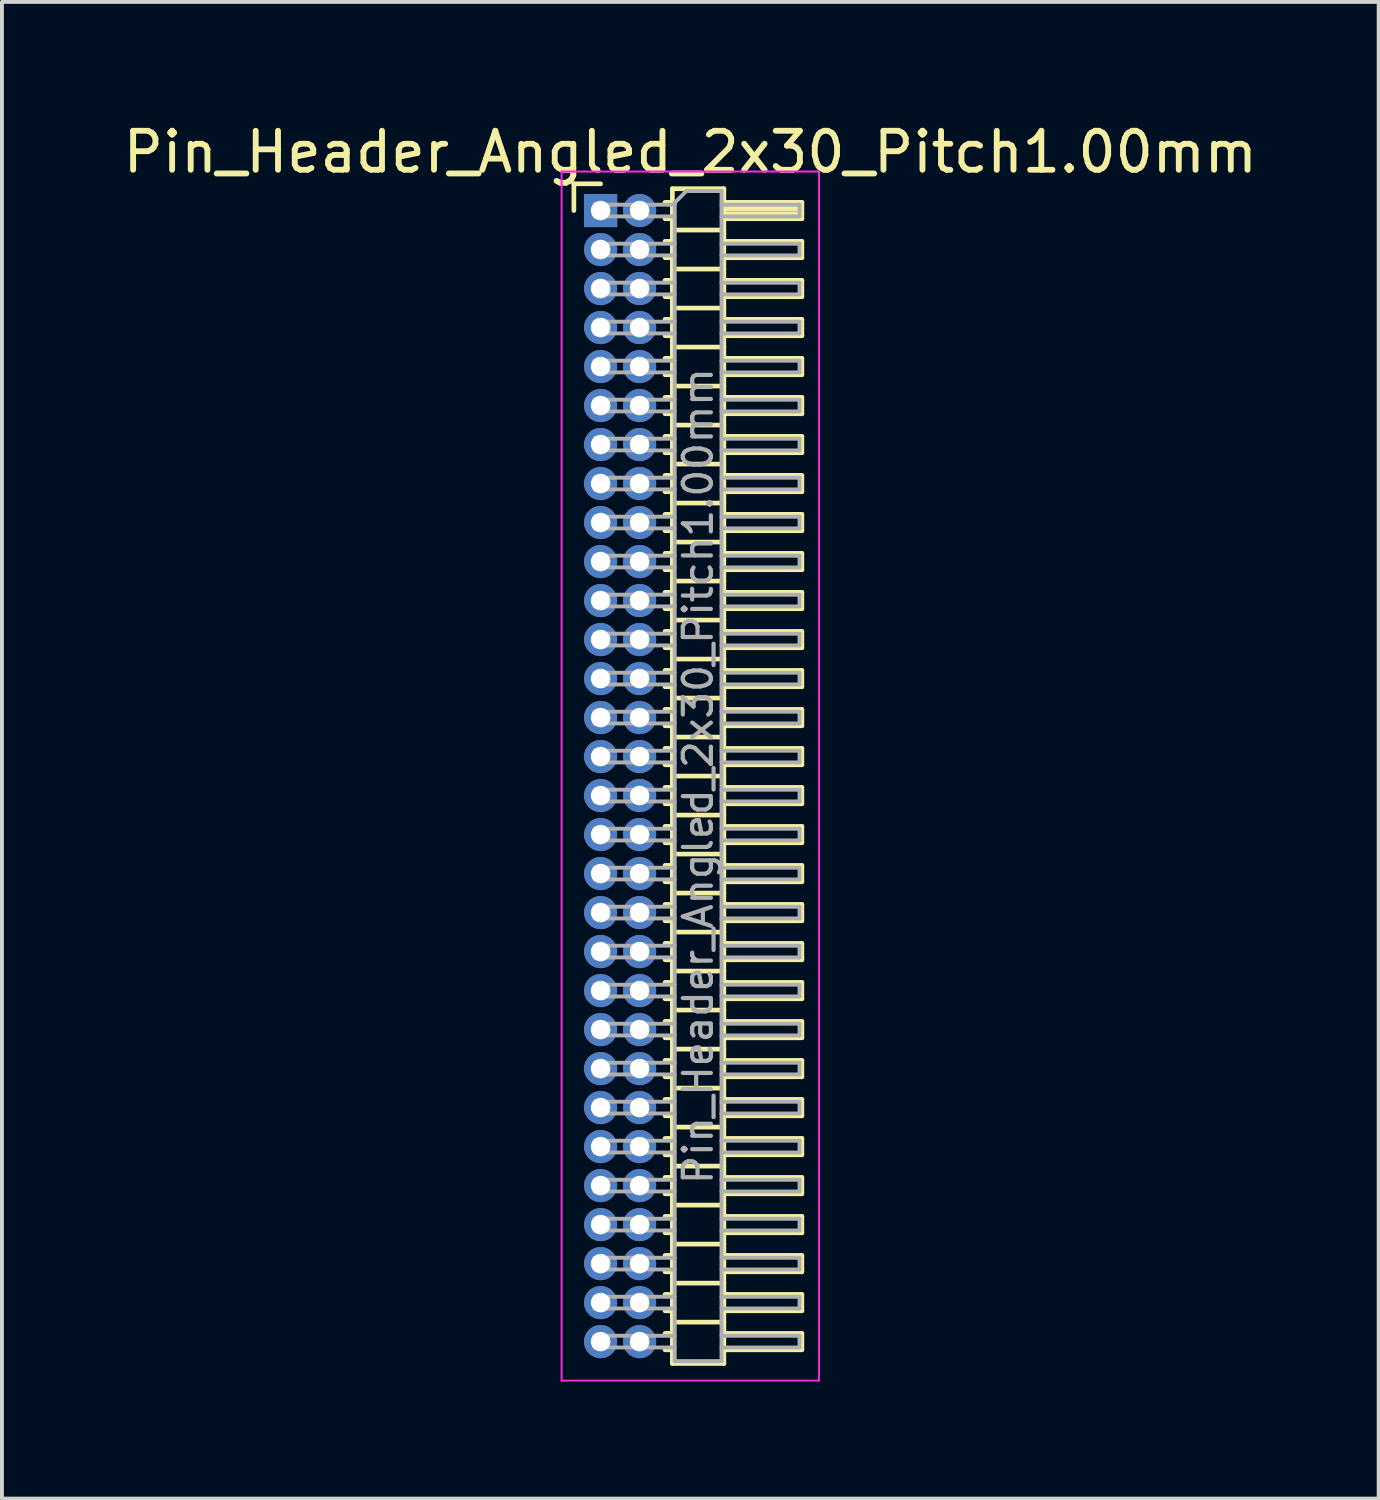
<source format=kicad_pcb>
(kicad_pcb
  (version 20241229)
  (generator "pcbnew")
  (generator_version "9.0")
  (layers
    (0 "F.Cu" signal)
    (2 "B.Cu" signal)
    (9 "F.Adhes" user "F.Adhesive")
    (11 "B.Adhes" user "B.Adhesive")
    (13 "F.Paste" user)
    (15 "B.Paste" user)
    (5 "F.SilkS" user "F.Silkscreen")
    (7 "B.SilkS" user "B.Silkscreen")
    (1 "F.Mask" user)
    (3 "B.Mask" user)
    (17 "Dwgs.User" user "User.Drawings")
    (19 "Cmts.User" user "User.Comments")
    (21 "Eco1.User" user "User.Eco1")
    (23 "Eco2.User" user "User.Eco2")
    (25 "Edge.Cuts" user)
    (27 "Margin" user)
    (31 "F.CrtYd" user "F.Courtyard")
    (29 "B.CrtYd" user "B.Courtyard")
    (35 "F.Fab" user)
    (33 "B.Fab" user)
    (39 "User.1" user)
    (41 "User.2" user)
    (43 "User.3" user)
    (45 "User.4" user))
  (footprint "Pin_Header_Angled_2x30_Pitch1.00mm"
    (layer "F.Cu")
    (at 12.349 2.348)
    (property "Reference" "Pin_Header_Angled_2x30_Pitch1.00mm" (at 2.3 -1.5 0) (layer "F.SilkS") (effects (font (size 1 1) (thickness 0.15))))
    (attr through_hole)
    (fp_line (start -0.685 -0.685) (end 0 -0.685) (stroke (width 0.12) (type solid)) (layer "F.SilkS"))
    (fp_line (start -0.685 0) (end -0.685 -0.685) (stroke (width 0.12) (type solid)) (layer "F.SilkS"))
    (fp_line (start 1.652 -0.21) (end 1.84 -0.21) (stroke (width 0.12) (type solid)) (layer "F.SilkS"))
    (fp_line (start 1.652 0.21) (end 1.84 0.21) (stroke (width 0.12) (type solid)) (layer "F.SilkS"))
    (fp_line (start 1.652 0.79) (end 1.84 0.79) (stroke (width 0.12) (type solid)) (layer "F.SilkS"))
    (fp_line (start 1.652 1.21) (end 1.84 1.21) (stroke (width 0.12) (type solid)) (layer "F.SilkS"))
    (fp_line (start 1.652 1.79) (end 1.84 1.79) (stroke (width 0.12) (type solid)) (layer "F.SilkS"))
    (fp_line (start 1.652 2.21) (end 1.84 2.21) (stroke (width 0.12) (type solid)) (layer "F.SilkS"))
    (fp_line (start 1.652 2.79) (end 1.84 2.79) (stroke (width 0.12) (type solid)) (layer "F.SilkS"))
    (fp_line (start 1.652 3.21) (end 1.84 3.21) (stroke (width 0.12) (type solid)) (layer "F.SilkS"))
    (fp_line (start 1.652 3.79) (end 1.84 3.79) (stroke (width 0.12) (type solid)) (layer "F.SilkS"))
    (fp_line (start 1.652 4.21) (end 1.84 4.21) (stroke (width 0.12) (type solid)) (layer "F.SilkS"))
    (fp_line (start 1.652 4.79) (end 1.84 4.79) (stroke (width 0.12) (type solid)) (layer "F.SilkS"))
    (fp_line (start 1.652 5.21) (end 1.84 5.21) (stroke (width 0.12) (type solid)) (layer "F.SilkS"))
    (fp_line (start 1.652 5.79) (end 1.84 5.79) (stroke (width 0.12) (type solid)) (layer "F.SilkS"))
    (fp_line (start 1.652 6.21) (end 1.84 6.21) (stroke (width 0.12) (type solid)) (layer "F.SilkS"))
    (fp_line (start 1.652 6.79) (end 1.84 6.79) (stroke (width 0.12) (type solid)) (layer "F.SilkS"))
    (fp_line (start 1.652 7.21) (end 1.84 7.21) (stroke (width 0.12) (type solid)) (layer "F.SilkS"))
    (fp_line (start 1.652 7.79) (end 1.84 7.79) (stroke (width 0.12) (type solid)) (layer "F.SilkS"))
    (fp_line (start 1.652 8.21) (end 1.84 8.21) (stroke (width 0.12) (type solid)) (layer "F.SilkS"))
    (fp_line (start 1.652 8.79) (end 1.84 8.79) (stroke (width 0.12) (type solid)) (layer "F.SilkS"))
    (fp_line (start 1.652 9.21) (end 1.84 9.21) (stroke (width 0.12) (type solid)) (layer "F.SilkS"))
    (fp_line (start 1.652 9.79) (end 1.84 9.79) (stroke (width 0.12) (type solid)) (layer "F.SilkS"))
    (fp_line (start 1.652 10.21) (end 1.84 10.21) (stroke (width 0.12) (type solid)) (layer "F.SilkS"))
    (fp_line (start 1.652 10.79) (end 1.84 10.79) (stroke (width 0.12) (type solid)) (layer "F.SilkS"))
    (fp_line (start 1.652 11.21) (end 1.84 11.21) (stroke (width 0.12) (type solid)) (layer "F.SilkS"))
    (fp_line (start 1.652 11.79) (end 1.84 11.79) (stroke (width 0.12) (type solid)) (layer "F.SilkS"))
    (fp_line (start 1.652 12.21) (end 1.84 12.21) (stroke (width 0.12) (type solid)) (layer "F.SilkS"))
    (fp_line (start 1.652 12.79) (end 1.84 12.79) (stroke (width 0.12) (type solid)) (layer "F.SilkS"))
    (fp_line (start 1.652 13.21) (end 1.84 13.21) (stroke (width 0.12) (type solid)) (layer "F.SilkS"))
    (fp_line (start 1.652 13.79) (end 1.84 13.79) (stroke (width 0.12) (type solid)) (layer "F.SilkS"))
    (fp_line (start 1.652 14.21) (end 1.84 14.21) (stroke (width 0.12) (type solid)) (layer "F.SilkS"))
    (fp_line (start 1.652 14.79) (end 1.84 14.79) (stroke (width 0.12) (type solid)) (layer "F.SilkS"))
    (fp_line (start 1.652 15.21) (end 1.84 15.21) (stroke (width 0.12) (type solid)) (layer "F.SilkS"))
    (fp_line (start 1.652 15.79) (end 1.84 15.79) (stroke (width 0.12) (type solid)) (layer "F.SilkS"))
    (fp_line (start 1.652 16.21) (end 1.84 16.21) (stroke (width 0.12) (type solid)) (layer "F.SilkS"))
    (fp_line (start 1.652 16.79) (end 1.84 16.79) (stroke (width 0.12) (type solid)) (layer "F.SilkS"))
    (fp_line (start 1.652 17.21) (end 1.84 17.21) (stroke (width 0.12) (type solid)) (layer "F.SilkS"))
    (fp_line (start 1.652 17.79) (end 1.84 17.79) (stroke (width 0.12) (type solid)) (layer "F.SilkS"))
    (fp_line (start 1.652 18.21) (end 1.84 18.21) (stroke (width 0.12) (type solid)) (layer "F.SilkS"))
    (fp_line (start 1.652 18.79) (end 1.84 18.79) (stroke (width 0.12) (type solid)) (layer "F.SilkS"))
    (fp_line (start 1.652 19.21) (end 1.84 19.21) (stroke (width 0.12) (type solid)) (layer "F.SilkS"))
    (fp_line (start 1.652 19.79) (end 1.84 19.79) (stroke (width 0.12) (type solid)) (layer "F.SilkS"))
    (fp_line (start 1.652 20.21) (end 1.84 20.21) (stroke (width 0.12) (type solid)) (layer "F.SilkS"))
    (fp_line (start 1.652 20.79) (end 1.84 20.79) (stroke (width 0.12) (type solid)) (layer "F.SilkS"))
    (fp_line (start 1.652 21.21) (end 1.84 21.21) (stroke (width 0.12) (type solid)) (layer "F.SilkS"))
    (fp_line (start 1.652 21.79) (end 1.84 21.79) (stroke (width 0.12) (type solid)) (layer "F.SilkS"))
    (fp_line (start 1.652 22.21) (end 1.84 22.21) (stroke (width 0.12) (type solid)) (layer "F.SilkS"))
    (fp_line (start 1.652 22.79) (end 1.84 22.79) (stroke (width 0.12) (type solid)) (layer "F.SilkS"))
    (fp_line (start 1.652 23.21) (end 1.84 23.21) (stroke (width 0.12) (type solid)) (layer "F.SilkS"))
    (fp_line (start 1.652 23.79) (end 1.84 23.79) (stroke (width 0.12) (type solid)) (layer "F.SilkS"))
    (fp_line (start 1.652 24.21) (end 1.84 24.21) (stroke (width 0.12) (type solid)) (layer "F.SilkS"))
    (fp_line (start 1.652 24.79) (end 1.84 24.79) (stroke (width 0.12) (type solid)) (layer "F.SilkS"))
    (fp_line (start 1.652 25.21) (end 1.84 25.21) (stroke (width 0.12) (type solid)) (layer "F.SilkS"))
    (fp_line (start 1.652 25.79) (end 1.84 25.79) (stroke (width 0.12) (type solid)) (layer "F.SilkS"))
    (fp_line (start 1.652 26.21) (end 1.84 26.21) (stroke (width 0.12) (type solid)) (layer "F.SilkS"))
    (fp_line (start 1.652 26.79) (end 1.84 26.79) (stroke (width 0.12) (type solid)) (layer "F.SilkS"))
    (fp_line (start 1.652 27.21) (end 1.84 27.21) (stroke (width 0.12) (type solid)) (layer "F.SilkS"))
    (fp_line (start 1.652 27.79) (end 1.84 27.79) (stroke (width 0.12) (type solid)) (layer "F.SilkS"))
    (fp_line (start 1.652 28.21) (end 1.84 28.21) (stroke (width 0.12) (type solid)) (layer "F.SilkS"))
    (fp_line (start 1.652 28.79) (end 1.84 28.79) (stroke (width 0.12) (type solid)) (layer "F.SilkS"))
    (fp_line (start 1.652 29.21) (end 1.84 29.21) (stroke (width 0.12) (type solid)) (layer "F.SilkS"))
    (fp_line (start 1.84 -0.56) (end 1.84 29.56) (stroke (width 0.12) (type solid)) (layer "F.SilkS"))
    (fp_line (start 1.84 0.5) (end 3.16 0.5) (stroke (width 0.12) (type solid)) (layer "F.SilkS"))
    (fp_line (start 1.84 1.5) (end 3.16 1.5) (stroke (width 0.12) (type solid)) (layer "F.SilkS"))
    (fp_line (start 1.84 2.5) (end 3.16 2.5) (stroke (width 0.12) (type solid)) (layer "F.SilkS"))
    (fp_line (start 1.84 3.5) (end 3.16 3.5) (stroke (width 0.12) (type solid)) (layer "F.SilkS"))
    (fp_line (start 1.84 4.5) (end 3.16 4.5) (stroke (width 0.12) (type solid)) (layer "F.SilkS"))
    (fp_line (start 1.84 5.5) (end 3.16 5.5) (stroke (width 0.12) (type solid)) (layer "F.SilkS"))
    (fp_line (start 1.84 6.5) (end 3.16 6.5) (stroke (width 0.12) (type solid)) (layer "F.SilkS"))
    (fp_line (start 1.84 7.5) (end 3.16 7.5) (stroke (width 0.12) (type solid)) (layer "F.SilkS"))
    (fp_line (start 1.84 8.5) (end 3.16 8.5) (stroke (width 0.12) (type solid)) (layer "F.SilkS"))
    (fp_line (start 1.84 9.5) (end 3.16 9.5) (stroke (width 0.12) (type solid)) (layer "F.SilkS"))
    (fp_line (start 1.84 10.5) (end 3.16 10.5) (stroke (width 0.12) (type solid)) (layer "F.SilkS"))
    (fp_line (start 1.84 11.5) (end 3.16 11.5) (stroke (width 0.12) (type solid)) (layer "F.SilkS"))
    (fp_line (start 1.84 12.5) (end 3.16 12.5) (stroke (width 0.12) (type solid)) (layer "F.SilkS"))
    (fp_line (start 1.84 13.5) (end 3.16 13.5) (stroke (width 0.12) (type solid)) (layer "F.SilkS"))
    (fp_line (start 1.84 14.5) (end 3.16 14.5) (stroke (width 0.12) (type solid)) (layer "F.SilkS"))
    (fp_line (start 1.84 15.5) (end 3.16 15.5) (stroke (width 0.12) (type solid)) (layer "F.SilkS"))
    (fp_line (start 1.84 16.5) (end 3.16 16.5) (stroke (width 0.12) (type solid)) (layer "F.SilkS"))
    (fp_line (start 1.84 17.5) (end 3.16 17.5) (stroke (width 0.12) (type solid)) (layer "F.SilkS"))
    (fp_line (start 1.84 18.5) (end 3.16 18.5) (stroke (width 0.12) (type solid)) (layer "F.SilkS"))
    (fp_line (start 1.84 19.5) (end 3.16 19.5) (stroke (width 0.12) (type solid)) (layer "F.SilkS"))
    (fp_line (start 1.84 20.5) (end 3.16 20.5) (stroke (width 0.12) (type solid)) (layer "F.SilkS"))
    (fp_line (start 1.84 21.5) (end 3.16 21.5) (stroke (width 0.12) (type solid)) (layer "F.SilkS"))
    (fp_line (start 1.84 22.5) (end 3.16 22.5) (stroke (width 0.12) (type solid)) (layer "F.SilkS"))
    (fp_line (start 1.84 23.5) (end 3.16 23.5) (stroke (width 0.12) (type solid)) (layer "F.SilkS"))
    (fp_line (start 1.84 24.5) (end 3.16 24.5) (stroke (width 0.12) (type solid)) (layer "F.SilkS"))
    (fp_line (start 1.84 25.5) (end 3.16 25.5) (stroke (width 0.12) (type solid)) (layer "F.SilkS"))
    (fp_line (start 1.84 26.5) (end 3.16 26.5) (stroke (width 0.12) (type solid)) (layer "F.SilkS"))
    (fp_line (start 1.84 27.5) (end 3.16 27.5) (stroke (width 0.12) (type solid)) (layer "F.SilkS"))
    (fp_line (start 1.84 28.5) (end 3.16 28.5) (stroke (width 0.12) (type solid)) (layer "F.SilkS"))
    (fp_line (start 1.84 29.56) (end 3.16 29.56) (stroke (width 0.12) (type solid)) (layer "F.SilkS"))
    (fp_line (start 3.16 -0.56) (end 1.84 -0.56) (stroke (width 0.12) (type solid)) (layer "F.SilkS"))
    (fp_line (start 3.16 -0.21) (end 5.16 -0.21) (stroke (width 0.12) (type solid)) (layer "F.SilkS"))
    (fp_line (start 3.16 -0.15) (end 5.16 -0.15) (stroke (width 0.12) (type solid)) (layer "F.SilkS"))
    (fp_line (start 3.16 -0.03) (end 5.16 -0.03) (stroke (width 0.12) (type solid)) (layer "F.SilkS"))
    (fp_line (start 3.16 0.09) (end 5.16 0.09) (stroke (width 0.12) (type solid)) (layer "F.SilkS"))
    (fp_line (start 3.16 0.79) (end 5.16 0.79) (stroke (width 0.12) (type solid)) (layer "F.SilkS"))
    (fp_line (start 3.16 1.79) (end 5.16 1.79) (stroke (width 0.12) (type solid)) (layer "F.SilkS"))
    (fp_line (start 3.16 2.79) (end 5.16 2.79) (stroke (width 0.12) (type solid)) (layer "F.SilkS"))
    (fp_line (start 3.16 3.79) (end 5.16 3.79) (stroke (width 0.12) (type solid)) (layer "F.SilkS"))
    (fp_line (start 3.16 4.79) (end 5.16 4.79) (stroke (width 0.12) (type solid)) (layer "F.SilkS"))
    (fp_line (start 3.16 5.79) (end 5.16 5.79) (stroke (width 0.12) (type solid)) (layer "F.SilkS"))
    (fp_line (start 3.16 6.79) (end 5.16 6.79) (stroke (width 0.12) (type solid)) (layer "F.SilkS"))
    (fp_line (start 3.16 7.79) (end 5.16 7.79) (stroke (width 0.12) (type solid)) (layer "F.SilkS"))
    (fp_line (start 3.16 8.79) (end 5.16 8.79) (stroke (width 0.12) (type solid)) (layer "F.SilkS"))
    (fp_line (start 3.16 9.79) (end 5.16 9.79) (stroke (width 0.12) (type solid)) (layer "F.SilkS"))
    (fp_line (start 3.16 10.79) (end 5.16 10.79) (stroke (width 0.12) (type solid)) (layer "F.SilkS"))
    (fp_line (start 3.16 11.79) (end 5.16 11.79) (stroke (width 0.12) (type solid)) (layer "F.SilkS"))
    (fp_line (start 3.16 12.79) (end 5.16 12.79) (stroke (width 0.12) (type solid)) (layer "F.SilkS"))
    (fp_line (start 3.16 13.79) (end 5.16 13.79) (stroke (width 0.12) (type solid)) (layer "F.SilkS"))
    (fp_line (start 3.16 14.79) (end 5.16 14.79) (stroke (width 0.12) (type solid)) (layer "F.SilkS"))
    (fp_line (start 3.16 15.79) (end 5.16 15.79) (stroke (width 0.12) (type solid)) (layer "F.SilkS"))
    (fp_line (start 3.16 16.79) (end 5.16 16.79) (stroke (width 0.12) (type solid)) (layer "F.SilkS"))
    (fp_line (start 3.16 17.79) (end 5.16 17.79) (stroke (width 0.12) (type solid)) (layer "F.SilkS"))
    (fp_line (start 3.16 18.79) (end 5.16 18.79) (stroke (width 0.12) (type solid)) (layer "F.SilkS"))
    (fp_line (start 3.16 19.79) (end 5.16 19.79) (stroke (width 0.12) (type solid)) (layer "F.SilkS"))
    (fp_line (start 3.16 20.79) (end 5.16 20.79) (stroke (width 0.12) (type solid)) (layer "F.SilkS"))
    (fp_line (start 3.16 21.79) (end 5.16 21.79) (stroke (width 0.12) (type solid)) (layer "F.SilkS"))
    (fp_line (start 3.16 22.79) (end 5.16 22.79) (stroke (width 0.12) (type solid)) (layer "F.SilkS"))
    (fp_line (start 3.16 23.79) (end 5.16 23.79) (stroke (width 0.12) (type solid)) (layer "F.SilkS"))
    (fp_line (start 3.16 24.79) (end 5.16 24.79) (stroke (width 0.12) (type solid)) (layer "F.SilkS"))
    (fp_line (start 3.16 25.79) (end 5.16 25.79) (stroke (width 0.12) (type solid)) (layer "F.SilkS"))
    (fp_line (start 3.16 26.79) (end 5.16 26.79) (stroke (width 0.12) (type solid)) (layer "F.SilkS"))
    (fp_line (start 3.16 27.79) (end 5.16 27.79) (stroke (width 0.12) (type solid)) (layer "F.SilkS"))
    (fp_line (start 3.16 28.79) (end 5.16 28.79) (stroke (width 0.12) (type solid)) (layer "F.SilkS"))
    (fp_line (start 3.16 29.56) (end 3.16 -0.56) (stroke (width 0.12) (type solid)) (layer "F.SilkS"))
    (fp_line (start 5.16 -0.21) (end 5.16 0.21) (stroke (width 0.12) (type solid)) (layer "F.SilkS"))
    (fp_line (start 5.16 0.21) (end 3.16 0.21) (stroke (width 0.12) (type solid)) (layer "F.SilkS"))
    (fp_line (start 5.16 0.79) (end 5.16 1.21) (stroke (width 0.12) (type solid)) (layer "F.SilkS"))
    (fp_line (start 5.16 1.21) (end 3.16 1.21) (stroke (width 0.12) (type solid)) (layer "F.SilkS"))
    (fp_line (start 5.16 1.79) (end 5.16 2.21) (stroke (width 0.12) (type solid)) (layer "F.SilkS"))
    (fp_line (start 5.16 2.21) (end 3.16 2.21) (stroke (width 0.12) (type solid)) (layer "F.SilkS"))
    (fp_line (start 5.16 2.79) (end 5.16 3.21) (stroke (width 0.12) (type solid)) (layer "F.SilkS"))
    (fp_line (start 5.16 3.21) (end 3.16 3.21) (stroke (width 0.12) (type solid)) (layer "F.SilkS"))
    (fp_line (start 5.16 3.79) (end 5.16 4.21) (stroke (width 0.12) (type solid)) (layer "F.SilkS"))
    (fp_line (start 5.16 4.21) (end 3.16 4.21) (stroke (width 0.12) (type solid)) (layer "F.SilkS"))
    (fp_line (start 5.16 4.79) (end 5.16 5.21) (stroke (width 0.12) (type solid)) (layer "F.SilkS"))
    (fp_line (start 5.16 5.21) (end 3.16 5.21) (stroke (width 0.12) (type solid)) (layer "F.SilkS"))
    (fp_line (start 5.16 5.79) (end 5.16 6.21) (stroke (width 0.12) (type solid)) (layer "F.SilkS"))
    (fp_line (start 5.16 6.21) (end 3.16 6.21) (stroke (width 0.12) (type solid)) (layer "F.SilkS"))
    (fp_line (start 5.16 6.79) (end 5.16 7.21) (stroke (width 0.12) (type solid)) (layer "F.SilkS"))
    (fp_line (start 5.16 7.21) (end 3.16 7.21) (stroke (width 0.12) (type solid)) (layer "F.SilkS"))
    (fp_line (start 5.16 7.79) (end 5.16 8.21) (stroke (width 0.12) (type solid)) (layer "F.SilkS"))
    (fp_line (start 5.16 8.21) (end 3.16 8.21) (stroke (width 0.12) (type solid)) (layer "F.SilkS"))
    (fp_line (start 5.16 8.79) (end 5.16 9.21) (stroke (width 0.12) (type solid)) (layer "F.SilkS"))
    (fp_line (start 5.16 9.21) (end 3.16 9.21) (stroke (width 0.12) (type solid)) (layer "F.SilkS"))
    (fp_line (start 5.16 9.79) (end 5.16 10.21) (stroke (width 0.12) (type solid)) (layer "F.SilkS"))
    (fp_line (start 5.16 10.21) (end 3.16 10.21) (stroke (width 0.12) (type solid)) (layer "F.SilkS"))
    (fp_line (start 5.16 10.79) (end 5.16 11.21) (stroke (width 0.12) (type solid)) (layer "F.SilkS"))
    (fp_line (start 5.16 11.21) (end 3.16 11.21) (stroke (width 0.12) (type solid)) (layer "F.SilkS"))
    (fp_line (start 5.16 11.79) (end 5.16 12.21) (stroke (width 0.12) (type solid)) (layer "F.SilkS"))
    (fp_line (start 5.16 12.21) (end 3.16 12.21) (stroke (width 0.12) (type solid)) (layer "F.SilkS"))
    (fp_line (start 5.16 12.79) (end 5.16 13.21) (stroke (width 0.12) (type solid)) (layer "F.SilkS"))
    (fp_line (start 5.16 13.21) (end 3.16 13.21) (stroke (width 0.12) (type solid)) (layer "F.SilkS"))
    (fp_line (start 5.16 13.79) (end 5.16 14.21) (stroke (width 0.12) (type solid)) (layer "F.SilkS"))
    (fp_line (start 5.16 14.21) (end 3.16 14.21) (stroke (width 0.12) (type solid)) (layer "F.SilkS"))
    (fp_line (start 5.16 14.79) (end 5.16 15.21) (stroke (width 0.12) (type solid)) (layer "F.SilkS"))
    (fp_line (start 5.16 15.21) (end 3.16 15.21) (stroke (width 0.12) (type solid)) (layer "F.SilkS"))
    (fp_line (start 5.16 15.79) (end 5.16 16.21) (stroke (width 0.12) (type solid)) (layer "F.SilkS"))
    (fp_line (start 5.16 16.21) (end 3.16 16.21) (stroke (width 0.12) (type solid)) (layer "F.SilkS"))
    (fp_line (start 5.16 16.79) (end 5.16 17.21) (stroke (width 0.12) (type solid)) (layer "F.SilkS"))
    (fp_line (start 5.16 17.21) (end 3.16 17.21) (stroke (width 0.12) (type solid)) (layer "F.SilkS"))
    (fp_line (start 5.16 17.79) (end 5.16 18.21) (stroke (width 0.12) (type solid)) (layer "F.SilkS"))
    (fp_line (start 5.16 18.21) (end 3.16 18.21) (stroke (width 0.12) (type solid)) (layer "F.SilkS"))
    (fp_line (start 5.16 18.79) (end 5.16 19.21) (stroke (width 0.12) (type solid)) (layer "F.SilkS"))
    (fp_line (start 5.16 19.21) (end 3.16 19.21) (stroke (width 0.12) (type solid)) (layer "F.SilkS"))
    (fp_line (start 5.16 19.79) (end 5.16 20.21) (stroke (width 0.12) (type solid)) (layer "F.SilkS"))
    (fp_line (start 5.16 20.21) (end 3.16 20.21) (stroke (width 0.12) (type solid)) (layer "F.SilkS"))
    (fp_line (start 5.16 20.79) (end 5.16 21.21) (stroke (width 0.12) (type solid)) (layer "F.SilkS"))
    (fp_line (start 5.16 21.21) (end 3.16 21.21) (stroke (width 0.12) (type solid)) (layer "F.SilkS"))
    (fp_line (start 5.16 21.79) (end 5.16 22.21) (stroke (width 0.12) (type solid)) (layer "F.SilkS"))
    (fp_line (start 5.16 22.21) (end 3.16 22.21) (stroke (width 0.12) (type solid)) (layer "F.SilkS"))
    (fp_line (start 5.16 22.79) (end 5.16 23.21) (stroke (width 0.12) (type solid)) (layer "F.SilkS"))
    (fp_line (start 5.16 23.21) (end 3.16 23.21) (stroke (width 0.12) (type solid)) (layer "F.SilkS"))
    (fp_line (start 5.16 23.79) (end 5.16 24.21) (stroke (width 0.12) (type solid)) (layer "F.SilkS"))
    (fp_line (start 5.16 24.21) (end 3.16 24.21) (stroke (width 0.12) (type solid)) (layer "F.SilkS"))
    (fp_line (start 5.16 24.79) (end 5.16 25.21) (stroke (width 0.12) (type solid)) (layer "F.SilkS"))
    (fp_line (start 5.16 25.21) (end 3.16 25.21) (stroke (width 0.12) (type solid)) (layer "F.SilkS"))
    (fp_line (start 5.16 25.79) (end 5.16 26.21) (stroke (width 0.12) (type solid)) (layer "F.SilkS"))
    (fp_line (start 5.16 26.21) (end 3.16 26.21) (stroke (width 0.12) (type solid)) (layer "F.SilkS"))
    (fp_line (start 5.16 26.79) (end 5.16 27.21) (stroke (width 0.12) (type solid)) (layer "F.SilkS"))
    (fp_line (start 5.16 27.21) (end 3.16 27.21) (stroke (width 0.12) (type solid)) (layer "F.SilkS"))
    (fp_line (start 5.16 27.79) (end 5.16 28.21) (stroke (width 0.12) (type solid)) (layer "F.SilkS"))
    (fp_line (start 5.16 28.21) (end 3.16 28.21) (stroke (width 0.12) (type solid)) (layer "F.SilkS"))
    (fp_line (start 5.16 28.79) (end 5.16 29.21) (stroke (width 0.12) (type solid)) (layer "F.SilkS"))
    (fp_line (start 5.16 29.21) (end 3.16 29.21) (stroke (width 0.12) (type solid)) (layer "F.SilkS"))
    (fp_line (start -1 -1) (end -1 30) (stroke (width 0.05) (type solid)) (layer "F.CrtYd"))
    (fp_line (start -1 30) (end 5.6 30) (stroke (width 0.05) (type solid)) (layer "F.CrtYd"))
    (fp_line (start 5.6 -1) (end -1 -1) (stroke (width 0.05) (type solid)) (layer "F.CrtYd"))
    (fp_line (start 5.6 30) (end 5.6 -1) (stroke (width 0.05) (type solid)) (layer "F.CrtYd"))
    (fp_line (start -0.15 -0.15) (end -0.15 0.15) (stroke (width 0.1) (type solid)) (layer "F.Fab"))
    (fp_line (start -0.15 -0.15) (end 1.9 -0.15) (stroke (width 0.1) (type solid)) (layer "F.Fab"))
    (fp_line (start -0.15 0.15) (end 1.9 0.15) (stroke (width 0.1) (type solid)) (layer "F.Fab"))
    (fp_line (start -0.15 0.85) (end -0.15 1.15) (stroke (width 0.1) (type solid)) (layer "F.Fab"))
    (fp_line (start -0.15 0.85) (end 1.9 0.85) (stroke (width 0.1) (type solid)) (layer "F.Fab"))
    (fp_line (start -0.15 1.15) (end 1.9 1.15) (stroke (width 0.1) (type solid)) (layer "F.Fab"))
    (fp_line (start -0.15 1.85) (end -0.15 2.15) (stroke (width 0.1) (type solid)) (layer "F.Fab"))
    (fp_line (start -0.15 1.85) (end 1.9 1.85) (stroke (width 0.1) (type solid)) (layer "F.Fab"))
    (fp_line (start -0.15 2.15) (end 1.9 2.15) (stroke (width 0.1) (type solid)) (layer "F.Fab"))
    (fp_line (start -0.15 2.85) (end -0.15 3.15) (stroke (width 0.1) (type solid)) (layer "F.Fab"))
    (fp_line (start -0.15 2.85) (end 1.9 2.85) (stroke (width 0.1) (type solid)) (layer "F.Fab"))
    (fp_line (start -0.15 3.15) (end 1.9 3.15) (stroke (width 0.1) (type solid)) (layer "F.Fab"))
    (fp_line (start -0.15 3.85) (end -0.15 4.15) (stroke (width 0.1) (type solid)) (layer "F.Fab"))
    (fp_line (start -0.15 3.85) (end 1.9 3.85) (stroke (width 0.1) (type solid)) (layer "F.Fab"))
    (fp_line (start -0.15 4.15) (end 1.9 4.15) (stroke (width 0.1) (type solid)) (layer "F.Fab"))
    (fp_line (start -0.15 4.85) (end -0.15 5.15) (stroke (width 0.1) (type solid)) (layer "F.Fab"))
    (fp_line (start -0.15 4.85) (end 1.9 4.85) (stroke (width 0.1) (type solid)) (layer "F.Fab"))
    (fp_line (start -0.15 5.15) (end 1.9 5.15) (stroke (width 0.1) (type solid)) (layer "F.Fab"))
    (fp_line (start -0.15 5.85) (end -0.15 6.15) (stroke (width 0.1) (type solid)) (layer "F.Fab"))
    (fp_line (start -0.15 5.85) (end 1.9 5.85) (stroke (width 0.1) (type solid)) (layer "F.Fab"))
    (fp_line (start -0.15 6.15) (end 1.9 6.15) (stroke (width 0.1) (type solid)) (layer "F.Fab"))
    (fp_line (start -0.15 6.85) (end -0.15 7.15) (stroke (width 0.1) (type solid)) (layer "F.Fab"))
    (fp_line (start -0.15 6.85) (end 1.9 6.85) (stroke (width 0.1) (type solid)) (layer "F.Fab"))
    (fp_line (start -0.15 7.15) (end 1.9 7.15) (stroke (width 0.1) (type solid)) (layer "F.Fab"))
    (fp_line (start -0.15 7.85) (end -0.15 8.15) (stroke (width 0.1) (type solid)) (layer "F.Fab"))
    (fp_line (start -0.15 7.85) (end 1.9 7.85) (stroke (width 0.1) (type solid)) (layer "F.Fab"))
    (fp_line (start -0.15 8.15) (end 1.9 8.15) (stroke (width 0.1) (type solid)) (layer "F.Fab"))
    (fp_line (start -0.15 8.85) (end -0.15 9.15) (stroke (width 0.1) (type solid)) (layer "F.Fab"))
    (fp_line (start -0.15 8.85) (end 1.9 8.85) (stroke (width 0.1) (type solid)) (layer "F.Fab"))
    (fp_line (start -0.15 9.15) (end 1.9 9.15) (stroke (width 0.1) (type solid)) (layer "F.Fab"))
    (fp_line (start -0.15 9.85) (end -0.15 10.15) (stroke (width 0.1) (type solid)) (layer "F.Fab"))
    (fp_line (start -0.15 9.85) (end 1.9 9.85) (stroke (width 0.1) (type solid)) (layer "F.Fab"))
    (fp_line (start -0.15 10.15) (end 1.9 10.15) (stroke (width 0.1) (type solid)) (layer "F.Fab"))
    (fp_line (start -0.15 10.85) (end -0.15 11.15) (stroke (width 0.1) (type solid)) (layer "F.Fab"))
    (fp_line (start -0.15 10.85) (end 1.9 10.85) (stroke (width 0.1) (type solid)) (layer "F.Fab"))
    (fp_line (start -0.15 11.15) (end 1.9 11.15) (stroke (width 0.1) (type solid)) (layer "F.Fab"))
    (fp_line (start -0.15 11.85) (end -0.15 12.15) (stroke (width 0.1) (type solid)) (layer "F.Fab"))
    (fp_line (start -0.15 11.85) (end 1.9 11.85) (stroke (width 0.1) (type solid)) (layer "F.Fab"))
    (fp_line (start -0.15 12.15) (end 1.9 12.15) (stroke (width 0.1) (type solid)) (layer "F.Fab"))
    (fp_line (start -0.15 12.85) (end -0.15 13.15) (stroke (width 0.1) (type solid)) (layer "F.Fab"))
    (fp_line (start -0.15 12.85) (end 1.9 12.85) (stroke (width 0.1) (type solid)) (layer "F.Fab"))
    (fp_line (start -0.15 13.15) (end 1.9 13.15) (stroke (width 0.1) (type solid)) (layer "F.Fab"))
    (fp_line (start -0.15 13.85) (end -0.15 14.15) (stroke (width 0.1) (type solid)) (layer "F.Fab"))
    (fp_line (start -0.15 13.85) (end 1.9 13.85) (stroke (width 0.1) (type solid)) (layer "F.Fab"))
    (fp_line (start -0.15 14.15) (end 1.9 14.15) (stroke (width 0.1) (type solid)) (layer "F.Fab"))
    (fp_line (start -0.15 14.85) (end -0.15 15.15) (stroke (width 0.1) (type solid)) (layer "F.Fab"))
    (fp_line (start -0.15 14.85) (end 1.9 14.85) (stroke (width 0.1) (type solid)) (layer "F.Fab"))
    (fp_line (start -0.15 15.15) (end 1.9 15.15) (stroke (width 0.1) (type solid)) (layer "F.Fab"))
    (fp_line (start -0.15 15.85) (end -0.15 16.15) (stroke (width 0.1) (type solid)) (layer "F.Fab"))
    (fp_line (start -0.15 15.85) (end 1.9 15.85) (stroke (width 0.1) (type solid)) (layer "F.Fab"))
    (fp_line (start -0.15 16.15) (end 1.9 16.15) (stroke (width 0.1) (type solid)) (layer "F.Fab"))
    (fp_line (start -0.15 16.85) (end -0.15 17.15) (stroke (width 0.1) (type solid)) (layer "F.Fab"))
    (fp_line (start -0.15 16.85) (end 1.9 16.85) (stroke (width 0.1) (type solid)) (layer "F.Fab"))
    (fp_line (start -0.15 17.15) (end 1.9 17.15) (stroke (width 0.1) (type solid)) (layer "F.Fab"))
    (fp_line (start -0.15 17.85) (end -0.15 18.15) (stroke (width 0.1) (type solid)) (layer "F.Fab"))
    (fp_line (start -0.15 17.85) (end 1.9 17.85) (stroke (width 0.1) (type solid)) (layer "F.Fab"))
    (fp_line (start -0.15 18.15) (end 1.9 18.15) (stroke (width 0.1) (type solid)) (layer "F.Fab"))
    (fp_line (start -0.15 18.85) (end -0.15 19.15) (stroke (width 0.1) (type solid)) (layer "F.Fab"))
    (fp_line (start -0.15 18.85) (end 1.9 18.85) (stroke (width 0.1) (type solid)) (layer "F.Fab"))
    (fp_line (start -0.15 19.15) (end 1.9 19.15) (stroke (width 0.1) (type solid)) (layer "F.Fab"))
    (fp_line (start -0.15 19.85) (end -0.15 20.15) (stroke (width 0.1) (type solid)) (layer "F.Fab"))
    (fp_line (start -0.15 19.85) (end 1.9 19.85) (stroke (width 0.1) (type solid)) (layer "F.Fab"))
    (fp_line (start -0.15 20.15) (end 1.9 20.15) (stroke (width 0.1) (type solid)) (layer "F.Fab"))
    (fp_line (start -0.15 20.85) (end -0.15 21.15) (stroke (width 0.1) (type solid)) (layer "F.Fab"))
    (fp_line (start -0.15 20.85) (end 1.9 20.85) (stroke (width 0.1) (type solid)) (layer "F.Fab"))
    (fp_line (start -0.15 21.15) (end 1.9 21.15) (stroke (width 0.1) (type solid)) (layer "F.Fab"))
    (fp_line (start -0.15 21.85) (end -0.15 22.15) (stroke (width 0.1) (type solid)) (layer "F.Fab"))
    (fp_line (start -0.15 21.85) (end 1.9 21.85) (stroke (width 0.1) (type solid)) (layer "F.Fab"))
    (fp_line (start -0.15 22.15) (end 1.9 22.15) (stroke (width 0.1) (type solid)) (layer "F.Fab"))
    (fp_line (start -0.15 22.85) (end -0.15 23.15) (stroke (width 0.1) (type solid)) (layer "F.Fab"))
    (fp_line (start -0.15 22.85) (end 1.9 22.85) (stroke (width 0.1) (type solid)) (layer "F.Fab"))
    (fp_line (start -0.15 23.15) (end 1.9 23.15) (stroke (width 0.1) (type solid)) (layer "F.Fab"))
    (fp_line (start -0.15 23.85) (end -0.15 24.15) (stroke (width 0.1) (type solid)) (layer "F.Fab"))
    (fp_line (start -0.15 23.85) (end 1.9 23.85) (stroke (width 0.1) (type solid)) (layer "F.Fab"))
    (fp_line (start -0.15 24.15) (end 1.9 24.15) (stroke (width 0.1) (type solid)) (layer "F.Fab"))
    (fp_line (start -0.15 24.85) (end -0.15 25.15) (stroke (width 0.1) (type solid)) (layer "F.Fab"))
    (fp_line (start -0.15 24.85) (end 1.9 24.85) (stroke (width 0.1) (type solid)) (layer "F.Fab"))
    (fp_line (start -0.15 25.15) (end 1.9 25.15) (stroke (width 0.1) (type solid)) (layer "F.Fab"))
    (fp_line (start -0.15 25.85) (end -0.15 26.15) (stroke (width 0.1) (type solid)) (layer "F.Fab"))
    (fp_line (start -0.15 25.85) (end 1.9 25.85) (stroke (width 0.1) (type solid)) (layer "F.Fab"))
    (fp_line (start -0.15 26.15) (end 1.9 26.15) (stroke (width 0.1) (type solid)) (layer "F.Fab"))
    (fp_line (start -0.15 26.85) (end -0.15 27.15) (stroke (width 0.1) (type solid)) (layer "F.Fab"))
    (fp_line (start -0.15 26.85) (end 1.9 26.85) (stroke (width 0.1) (type solid)) (layer "F.Fab"))
    (fp_line (start -0.15 27.15) (end 1.9 27.15) (stroke (width 0.1) (type solid)) (layer "F.Fab"))
    (fp_line (start -0.15 27.85) (end -0.15 28.15) (stroke (width 0.1) (type solid)) (layer "F.Fab"))
    (fp_line (start -0.15 27.85) (end 1.9 27.85) (stroke (width 0.1) (type solid)) (layer "F.Fab"))
    (fp_line (start -0.15 28.15) (end 1.9 28.15) (stroke (width 0.1) (type solid)) (layer "F.Fab"))
    (fp_line (start -0.15 28.85) (end -0.15 29.15) (stroke (width 0.1) (type solid)) (layer "F.Fab"))
    (fp_line (start -0.15 28.85) (end 1.9 28.85) (stroke (width 0.1) (type solid)) (layer "F.Fab"))
    (fp_line (start -0.15 29.15) (end 1.9 29.15) (stroke (width 0.1) (type solid)) (layer "F.Fab"))
    (fp_line (start 1.9 -0.2) (end 2.2 -0.5) (stroke (width 0.1) (type solid)) (layer "F.Fab"))
    (fp_line (start 1.9 29.5) (end 1.9 -0.2) (stroke (width 0.1) (type solid)) (layer "F.Fab"))
    (fp_line (start 2.2 -0.5) (end 3.1 -0.5) (stroke (width 0.1) (type solid)) (layer "F.Fab"))
    (fp_line (start 3.1 -0.5) (end 3.1 29.5) (stroke (width 0.1) (type solid)) (layer "F.Fab"))
    (fp_line (start 3.1 -0.15) (end 5.1 -0.15) (stroke (width 0.1) (type solid)) (layer "F.Fab"))
    (fp_line (start 3.1 0.15) (end 5.1 0.15) (stroke (width 0.1) (type solid)) (layer "F.Fab"))
    (fp_line (start 3.1 0.85) (end 5.1 0.85) (stroke (width 0.1) (type solid)) (layer "F.Fab"))
    (fp_line (start 3.1 1.15) (end 5.1 1.15) (stroke (width 0.1) (type solid)) (layer "F.Fab"))
    (fp_line (start 3.1 1.85) (end 5.1 1.85) (stroke (width 0.1) (type solid)) (layer "F.Fab"))
    (fp_line (start 3.1 2.15) (end 5.1 2.15) (stroke (width 0.1) (type solid)) (layer "F.Fab"))
    (fp_line (start 3.1 2.85) (end 5.1 2.85) (stroke (width 0.1) (type solid)) (layer "F.Fab"))
    (fp_line (start 3.1 3.15) (end 5.1 3.15) (stroke (width 0.1) (type solid)) (layer "F.Fab"))
    (fp_line (start 3.1 3.85) (end 5.1 3.85) (stroke (width 0.1) (type solid)) (layer "F.Fab"))
    (fp_line (start 3.1 4.15) (end 5.1 4.15) (stroke (width 0.1) (type solid)) (layer "F.Fab"))
    (fp_line (start 3.1 4.85) (end 5.1 4.85) (stroke (width 0.1) (type solid)) (layer "F.Fab"))
    (fp_line (start 3.1 5.15) (end 5.1 5.15) (stroke (width 0.1) (type solid)) (layer "F.Fab"))
    (fp_line (start 3.1 5.85) (end 5.1 5.85) (stroke (width 0.1) (type solid)) (layer "F.Fab"))
    (fp_line (start 3.1 6.15) (end 5.1 6.15) (stroke (width 0.1) (type solid)) (layer "F.Fab"))
    (fp_line (start 3.1 6.85) (end 5.1 6.85) (stroke (width 0.1) (type solid)) (layer "F.Fab"))
    (fp_line (start 3.1 7.15) (end 5.1 7.15) (stroke (width 0.1) (type solid)) (layer "F.Fab"))
    (fp_line (start 3.1 7.85) (end 5.1 7.85) (stroke (width 0.1) (type solid)) (layer "F.Fab"))
    (fp_line (start 3.1 8.15) (end 5.1 8.15) (stroke (width 0.1) (type solid)) (layer "F.Fab"))
    (fp_line (start 3.1 8.85) (end 5.1 8.85) (stroke (width 0.1) (type solid)) (layer "F.Fab"))
    (fp_line (start 3.1 9.15) (end 5.1 9.15) (stroke (width 0.1) (type solid)) (layer "F.Fab"))
    (fp_line (start 3.1 9.85) (end 5.1 9.85) (stroke (width 0.1) (type solid)) (layer "F.Fab"))
    (fp_line (start 3.1 10.15) (end 5.1 10.15) (stroke (width 0.1) (type solid)) (layer "F.Fab"))
    (fp_line (start 3.1 10.85) (end 5.1 10.85) (stroke (width 0.1) (type solid)) (layer "F.Fab"))
    (fp_line (start 3.1 11.15) (end 5.1 11.15) (stroke (width 0.1) (type solid)) (layer "F.Fab"))
    (fp_line (start 3.1 11.85) (end 5.1 11.85) (stroke (width 0.1) (type solid)) (layer "F.Fab"))
    (fp_line (start 3.1 12.15) (end 5.1 12.15) (stroke (width 0.1) (type solid)) (layer "F.Fab"))
    (fp_line (start 3.1 12.85) (end 5.1 12.85) (stroke (width 0.1) (type solid)) (layer "F.Fab"))
    (fp_line (start 3.1 13.15) (end 5.1 13.15) (stroke (width 0.1) (type solid)) (layer "F.Fab"))
    (fp_line (start 3.1 13.85) (end 5.1 13.85) (stroke (width 0.1) (type solid)) (layer "F.Fab"))
    (fp_line (start 3.1 14.15) (end 5.1 14.15) (stroke (width 0.1) (type solid)) (layer "F.Fab"))
    (fp_line (start 3.1 14.85) (end 5.1 14.85) (stroke (width 0.1) (type solid)) (layer "F.Fab"))
    (fp_line (start 3.1 15.15) (end 5.1 15.15) (stroke (width 0.1) (type solid)) (layer "F.Fab"))
    (fp_line (start 3.1 15.85) (end 5.1 15.85) (stroke (width 0.1) (type solid)) (layer "F.Fab"))
    (fp_line (start 3.1 16.15) (end 5.1 16.15) (stroke (width 0.1) (type solid)) (layer "F.Fab"))
    (fp_line (start 3.1 16.85) (end 5.1 16.85) (stroke (width 0.1) (type solid)) (layer "F.Fab"))
    (fp_line (start 3.1 17.15) (end 5.1 17.15) (stroke (width 0.1) (type solid)) (layer "F.Fab"))
    (fp_line (start 3.1 17.85) (end 5.1 17.85) (stroke (width 0.1) (type solid)) (layer "F.Fab"))
    (fp_line (start 3.1 18.15) (end 5.1 18.15) (stroke (width 0.1) (type solid)) (layer "F.Fab"))
    (fp_line (start 3.1 18.85) (end 5.1 18.85) (stroke (width 0.1) (type solid)) (layer "F.Fab"))
    (fp_line (start 3.1 19.15) (end 5.1 19.15) (stroke (width 0.1) (type solid)) (layer "F.Fab"))
    (fp_line (start 3.1 19.85) (end 5.1 19.85) (stroke (width 0.1) (type solid)) (layer "F.Fab"))
    (fp_line (start 3.1 20.15) (end 5.1 20.15) (stroke (width 0.1) (type solid)) (layer "F.Fab"))
    (fp_line (start 3.1 20.85) (end 5.1 20.85) (stroke (width 0.1) (type solid)) (layer "F.Fab"))
    (fp_line (start 3.1 21.15) (end 5.1 21.15) (stroke (width 0.1) (type solid)) (layer "F.Fab"))
    (fp_line (start 3.1 21.85) (end 5.1 21.85) (stroke (width 0.1) (type solid)) (layer "F.Fab"))
    (fp_line (start 3.1 22.15) (end 5.1 22.15) (stroke (width 0.1) (type solid)) (layer "F.Fab"))
    (fp_line (start 3.1 22.85) (end 5.1 22.85) (stroke (width 0.1) (type solid)) (layer "F.Fab"))
    (fp_line (start 3.1 23.15) (end 5.1 23.15) (stroke (width 0.1) (type solid)) (layer "F.Fab"))
    (fp_line (start 3.1 23.85) (end 5.1 23.85) (stroke (width 0.1) (type solid)) (layer "F.Fab"))
    (fp_line (start 3.1 24.15) (end 5.1 24.15) (stroke (width 0.1) (type solid)) (layer "F.Fab"))
    (fp_line (start 3.1 24.85) (end 5.1 24.85) (stroke (width 0.1) (type solid)) (layer "F.Fab"))
    (fp_line (start 3.1 25.15) (end 5.1 25.15) (stroke (width 0.1) (type solid)) (layer "F.Fab"))
    (fp_line (start 3.1 25.85) (end 5.1 25.85) (stroke (width 0.1) (type solid)) (layer "F.Fab"))
    (fp_line (start 3.1 26.15) (end 5.1 26.15) (stroke (width 0.1) (type solid)) (layer "F.Fab"))
    (fp_line (start 3.1 26.85) (end 5.1 26.85) (stroke (width 0.1) (type solid)) (layer "F.Fab"))
    (fp_line (start 3.1 27.15) (end 5.1 27.15) (stroke (width 0.1) (type solid)) (layer "F.Fab"))
    (fp_line (start 3.1 27.85) (end 5.1 27.85) (stroke (width 0.1) (type solid)) (layer "F.Fab"))
    (fp_line (start 3.1 28.15) (end 5.1 28.15) (stroke (width 0.1) (type solid)) (layer "F.Fab"))
    (fp_line (start 3.1 28.85) (end 5.1 28.85) (stroke (width 0.1) (type solid)) (layer "F.Fab"))
    (fp_line (start 3.1 29.15) (end 5.1 29.15) (stroke (width 0.1) (type solid)) (layer "F.Fab"))
    (fp_line (start 3.1 29.5) (end 1.9 29.5) (stroke (width 0.1) (type solid)) (layer "F.Fab"))
    (fp_line (start 5.1 -0.15) (end 5.1 0.15) (stroke (width 0.1) (type solid)) (layer "F.Fab"))
    (fp_line (start 5.1 0.85) (end 5.1 1.15) (stroke (width 0.1) (type solid)) (layer "F.Fab"))
    (fp_line (start 5.1 1.85) (end 5.1 2.15) (stroke (width 0.1) (type solid)) (layer "F.Fab"))
    (fp_line (start 5.1 2.85) (end 5.1 3.15) (stroke (width 0.1) (type solid)) (layer "F.Fab"))
    (fp_line (start 5.1 3.85) (end 5.1 4.15) (stroke (width 0.1) (type solid)) (layer "F.Fab"))
    (fp_line (start 5.1 4.85) (end 5.1 5.15) (stroke (width 0.1) (type solid)) (layer "F.Fab"))
    (fp_line (start 5.1 5.85) (end 5.1 6.15) (stroke (width 0.1) (type solid)) (layer "F.Fab"))
    (fp_line (start 5.1 6.85) (end 5.1 7.15) (stroke (width 0.1) (type solid)) (layer "F.Fab"))
    (fp_line (start 5.1 7.85) (end 5.1 8.15) (stroke (width 0.1) (type solid)) (layer "F.Fab"))
    (fp_line (start 5.1 8.85) (end 5.1 9.15) (stroke (width 0.1) (type solid)) (layer "F.Fab"))
    (fp_line (start 5.1 9.85) (end 5.1 10.15) (stroke (width 0.1) (type solid)) (layer "F.Fab"))
    (fp_line (start 5.1 10.85) (end 5.1 11.15) (stroke (width 0.1) (type solid)) (layer "F.Fab"))
    (fp_line (start 5.1 11.85) (end 5.1 12.15) (stroke (width 0.1) (type solid)) (layer "F.Fab"))
    (fp_line (start 5.1 12.85) (end 5.1 13.15) (stroke (width 0.1) (type solid)) (layer "F.Fab"))
    (fp_line (start 5.1 13.85) (end 5.1 14.15) (stroke (width 0.1) (type solid)) (layer "F.Fab"))
    (fp_line (start 5.1 14.85) (end 5.1 15.15) (stroke (width 0.1) (type solid)) (layer "F.Fab"))
    (fp_line (start 5.1 15.85) (end 5.1 16.15) (stroke (width 0.1) (type solid)) (layer "F.Fab"))
    (fp_line (start 5.1 16.85) (end 5.1 17.15) (stroke (width 0.1) (type solid)) (layer "F.Fab"))
    (fp_line (start 5.1 17.85) (end 5.1 18.15) (stroke (width 0.1) (type solid)) (layer "F.Fab"))
    (fp_line (start 5.1 18.85) (end 5.1 19.15) (stroke (width 0.1) (type solid)) (layer "F.Fab"))
    (fp_line (start 5.1 19.85) (end 5.1 20.15) (stroke (width 0.1) (type solid)) (layer "F.Fab"))
    (fp_line (start 5.1 20.85) (end 5.1 21.15) (stroke (width 0.1) (type solid)) (layer "F.Fab"))
    (fp_line (start 5.1 21.85) (end 5.1 22.15) (stroke (width 0.1) (type solid)) (layer "F.Fab"))
    (fp_line (start 5.1 22.85) (end 5.1 23.15) (stroke (width 0.1) (type solid)) (layer "F.Fab"))
    (fp_line (start 5.1 23.85) (end 5.1 24.15) (stroke (width 0.1) (type solid)) (layer "F.Fab"))
    (fp_line (start 5.1 24.85) (end 5.1 25.15) (stroke (width 0.1) (type solid)) (layer "F.Fab"))
    (fp_line (start 5.1 25.85) (end 5.1 26.15) (stroke (width 0.1) (type solid)) (layer "F.Fab"))
    (fp_line (start 5.1 26.85) (end 5.1 27.15) (stroke (width 0.1) (type solid)) (layer "F.Fab"))
    (fp_line (start 5.1 27.85) (end 5.1 28.15) (stroke (width 0.1) (type solid)) (layer "F.Fab"))
    (fp_line (start 5.1 28.85) (end 5.1 29.15) (stroke (width 0.1) (type solid)) (layer "F.Fab"))
    (fp_text user "${REFERENCE}" (at 2.5 14.5 90) (layer "F.Fab") (effects (font (size 0.72 0.72) (thickness 0.108))))
    (pad "1" thru_hole rect (at 0 0) (size 0.85 0.85) (drill 0.5) (layers "*.Cu" "*.Mask"))
    (pad "2" thru_hole oval (at 1 0) (size 0.85 0.85) (drill 0.5) (layers "*.Cu" "*.Mask"))
    (pad "3" thru_hole oval (at 0 1) (size 0.85 0.85) (drill 0.5) (layers "*.Cu" "*.Mask"))
    (pad "4" thru_hole oval (at 1 1) (size 0.85 0.85) (drill 0.5) (layers "*.Cu" "*.Mask"))
    (pad "5" thru_hole oval (at 0 2) (size 0.85 0.85) (drill 0.5) (layers "*.Cu" "*.Mask"))
    (pad "6" thru_hole oval (at 1 2) (size 0.85 0.85) (drill 0.5) (layers "*.Cu" "*.Mask"))
    (pad "7" thru_hole oval (at 0 3) (size 0.85 0.85) (drill 0.5) (layers "*.Cu" "*.Mask"))
    (pad "8" thru_hole oval (at 1 3) (size 0.85 0.85) (drill 0.5) (layers "*.Cu" "*.Mask"))
    (pad "9" thru_hole oval (at 0 4) (size 0.85 0.85) (drill 0.5) (layers "*.Cu" "*.Mask"))
    (pad "10" thru_hole oval (at 1 4) (size 0.85 0.85) (drill 0.5) (layers "*.Cu" "*.Mask"))
    (pad "11" thru_hole oval (at 0 5) (size 0.85 0.85) (drill 0.5) (layers "*.Cu" "*.Mask"))
    (pad "12" thru_hole oval (at 1 5) (size 0.85 0.85) (drill 0.5) (layers "*.Cu" "*.Mask"))
    (pad "13" thru_hole oval (at 0 6) (size 0.85 0.85) (drill 0.5) (layers "*.Cu" "*.Mask"))
    (pad "14" thru_hole oval (at 1 6) (size 0.85 0.85) (drill 0.5) (layers "*.Cu" "*.Mask"))
    (pad "15" thru_hole oval (at 0 7) (size 0.85 0.85) (drill 0.5) (layers "*.Cu" "*.Mask"))
    (pad "16" thru_hole oval (at 1 7) (size 0.85 0.85) (drill 0.5) (layers "*.Cu" "*.Mask"))
    (pad "17" thru_hole oval (at 0 8) (size 0.85 0.85) (drill 0.5) (layers "*.Cu" "*.Mask"))
    (pad "18" thru_hole oval (at 1 8) (size 0.85 0.85) (drill 0.5) (layers "*.Cu" "*.Mask"))
    (pad "19" thru_hole oval (at 0 9) (size 0.85 0.85) (drill 0.5) (layers "*.Cu" "*.Mask"))
    (pad "20" thru_hole oval (at 1 9) (size 0.85 0.85) (drill 0.5) (layers "*.Cu" "*.Mask"))
    (pad "21" thru_hole oval (at 0 10) (size 0.85 0.85) (drill 0.5) (layers "*.Cu" "*.Mask"))
    (pad "22" thru_hole oval (at 1 10) (size 0.85 0.85) (drill 0.5) (layers "*.Cu" "*.Mask"))
    (pad "23" thru_hole oval (at 0 11) (size 0.85 0.85) (drill 0.5) (layers "*.Cu" "*.Mask"))
    (pad "24" thru_hole oval (at 1 11) (size 0.85 0.85) (drill 0.5) (layers "*.Cu" "*.Mask"))
    (pad "25" thru_hole oval (at 0 12) (size 0.85 0.85) (drill 0.5) (layers "*.Cu" "*.Mask"))
    (pad "26" thru_hole oval (at 1 12) (size 0.85 0.85) (drill 0.5) (layers "*.Cu" "*.Mask"))
    (pad "27" thru_hole oval (at 0 13) (size 0.85 0.85) (drill 0.5) (layers "*.Cu" "*.Mask"))
    (pad "28" thru_hole oval (at 1 13) (size 0.85 0.85) (drill 0.5) (layers "*.Cu" "*.Mask"))
    (pad "29" thru_hole oval (at 0 14) (size 0.85 0.85) (drill 0.5) (layers "*.Cu" "*.Mask"))
    (pad "30" thru_hole oval (at 1 14) (size 0.85 0.85) (drill 0.5) (layers "*.Cu" "*.Mask"))
    (pad "31" thru_hole oval (at 0 15) (size 0.85 0.85) (drill 0.5) (layers "*.Cu" "*.Mask"))
    (pad "32" thru_hole oval (at 1 15) (size 0.85 0.85) (drill 0.5) (layers "*.Cu" "*.Mask"))
    (pad "33" thru_hole oval (at 0 16) (size 0.85 0.85) (drill 0.5) (layers "*.Cu" "*.Mask"))
    (pad "34" thru_hole oval (at 1 16) (size 0.85 0.85) (drill 0.5) (layers "*.Cu" "*.Mask"))
    (pad "35" thru_hole oval (at 0 17) (size 0.85 0.85) (drill 0.5) (layers "*.Cu" "*.Mask"))
    (pad "36" thru_hole oval (at 1 17) (size 0.85 0.85) (drill 0.5) (layers "*.Cu" "*.Mask"))
    (pad "37" thru_hole oval (at 0 18) (size 0.85 0.85) (drill 0.5) (layers "*.Cu" "*.Mask"))
    (pad "38" thru_hole oval (at 1 18) (size 0.85 0.85) (drill 0.5) (layers "*.Cu" "*.Mask"))
    (pad "39" thru_hole oval (at 0 19) (size 0.85 0.85) (drill 0.5) (layers "*.Cu" "*.Mask"))
    (pad "40" thru_hole oval (at 1 19) (size 0.85 0.85) (drill 0.5) (layers "*.Cu" "*.Mask"))
    (pad "41" thru_hole oval (at 0 20) (size 0.85 0.85) (drill 0.5) (layers "*.Cu" "*.Mask"))
    (pad "42" thru_hole oval (at 1 20) (size 0.85 0.85) (drill 0.5) (layers "*.Cu" "*.Mask"))
    (pad "43" thru_hole oval (at 0 21) (size 0.85 0.85) (drill 0.5) (layers "*.Cu" "*.Mask"))
    (pad "44" thru_hole oval (at 1 21) (size 0.85 0.85) (drill 0.5) (layers "*.Cu" "*.Mask"))
    (pad "45" thru_hole oval (at 0 22) (size 0.85 0.85) (drill 0.5) (layers "*.Cu" "*.Mask"))
    (pad "46" thru_hole oval (at 1 22) (size 0.85 0.85) (drill 0.5) (layers "*.Cu" "*.Mask"))
    (pad "47" thru_hole oval (at 0 23) (size 0.85 0.85) (drill 0.5) (layers "*.Cu" "*.Mask"))
    (pad "48" thru_hole oval (at 1 23) (size 0.85 0.85) (drill 0.5) (layers "*.Cu" "*.Mask"))
    (pad "49" thru_hole oval (at 0 24) (size 0.85 0.85) (drill 0.5) (layers "*.Cu" "*.Mask"))
    (pad "50" thru_hole oval (at 1 24) (size 0.85 0.85) (drill 0.5) (layers "*.Cu" "*.Mask"))
    (pad "51" thru_hole oval (at 0 25) (size 0.85 0.85) (drill 0.5) (layers "*.Cu" "*.Mask"))
    (pad "52" thru_hole oval (at 1 25) (size 0.85 0.85) (drill 0.5) (layers "*.Cu" "*.Mask"))
    (pad "53" thru_hole oval (at 0 26) (size 0.85 0.85) (drill 0.5) (layers "*.Cu" "*.Mask"))
    (pad "54" thru_hole oval (at 1 26) (size 0.85 0.85) (drill 0.5) (layers "*.Cu" "*.Mask"))
    (pad "55" thru_hole oval (at 0 27) (size 0.85 0.85) (drill 0.5) (layers "*.Cu" "*.Mask"))
    (pad "56" thru_hole oval (at 1 27) (size 0.85 0.85) (drill 0.5) (layers "*.Cu" "*.Mask"))
    (pad "57" thru_hole oval (at 0 28) (size 0.85 0.85) (drill 0.5) (layers "*.Cu" "*.Mask"))
    (pad "58" thru_hole oval (at 1 28) (size 0.85 0.85) (drill 0.5) (layers "*.Cu" "*.Mask"))
    (pad "59" thru_hole oval (at 0 29) (size 0.85 0.85) (drill 0.5) (layers "*.Cu" "*.Mask"))
    (pad "60" thru_hole oval (at 1 29) (size 0.85 0.85) (drill 0.5) (layers "*.Cu" "*.Mask")))
  (gr_rect
    (start -3 -3)
    (end 32.298 35.373)
    (stroke (width 0.1) (type default))
    (fill no)
    (layer "Edge.Cuts")))
</source>
